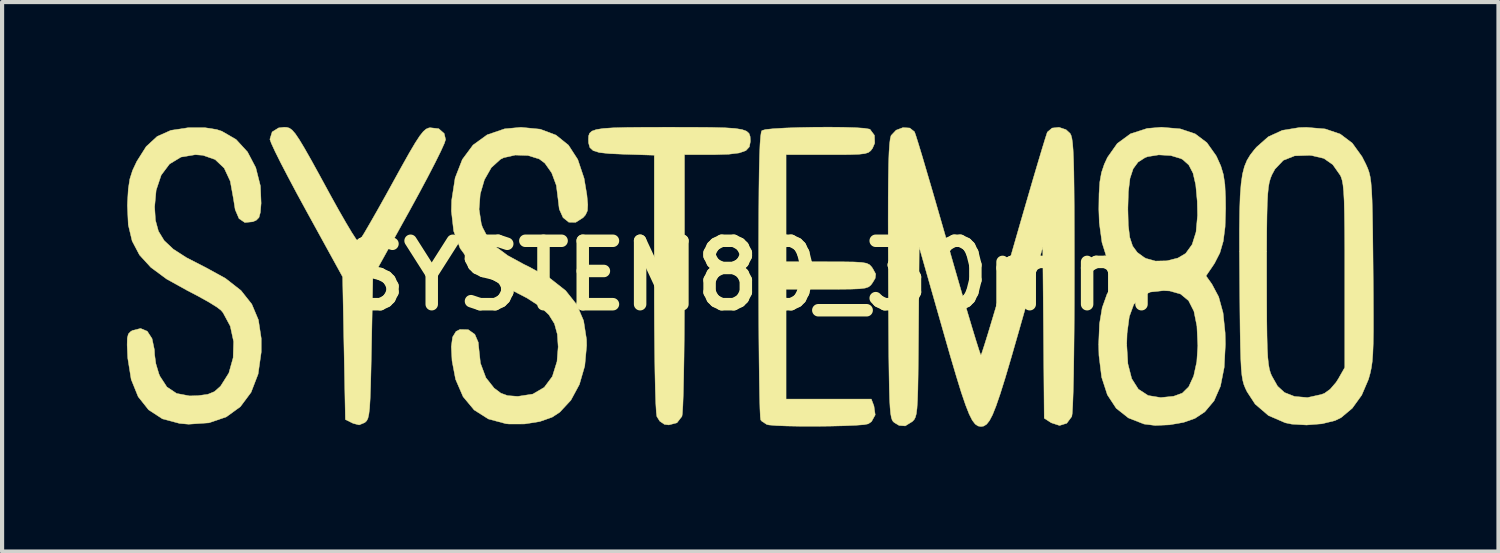
<source format=kicad_pcb>
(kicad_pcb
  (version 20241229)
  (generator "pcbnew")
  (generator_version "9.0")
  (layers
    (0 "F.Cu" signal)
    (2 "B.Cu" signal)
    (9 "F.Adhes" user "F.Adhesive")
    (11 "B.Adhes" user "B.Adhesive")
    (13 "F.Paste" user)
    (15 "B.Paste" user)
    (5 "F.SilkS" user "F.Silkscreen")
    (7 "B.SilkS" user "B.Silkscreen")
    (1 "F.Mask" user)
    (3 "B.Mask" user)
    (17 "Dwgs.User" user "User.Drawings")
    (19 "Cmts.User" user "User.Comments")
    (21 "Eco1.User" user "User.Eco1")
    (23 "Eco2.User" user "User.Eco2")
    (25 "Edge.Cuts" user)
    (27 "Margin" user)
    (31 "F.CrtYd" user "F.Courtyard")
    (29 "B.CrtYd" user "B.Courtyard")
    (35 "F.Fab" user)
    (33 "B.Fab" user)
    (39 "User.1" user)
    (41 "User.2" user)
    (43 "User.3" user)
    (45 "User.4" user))
  (footprint "SYSTEM80_30mm"
    (layer "F.Cu")
    (at 14.98 3.57)
    (property "Reference" "SYSTEM80_30mm" (at 0 0 0) (layer "F.SilkS") (effects (font (size 1.524 1.524) (thickness 0.3))))
    (attr through_hole)
    (fp_poly (pts (xy -1.389 -3.562) (xy -0.95 -3.559) (xy -0.615 -3.55) (xy -0.369 -3.534) (xy -0.2 -3.507) (xy -0.092 -3.468) (xy -0.032 -3.414) (xy -0.006 -3.342) (xy -0.000131 -3.25) (xy 0 -3.218) (xy -0.024 -3.091) (xy -0.107 -3.002) (xy -0.268 -2.945) (xy -0.522 -2.914) (xy -0.887 -2.903) (xy -0.961 -2.903) (xy -1.583 -2.903) (xy -1.583 0.161) (xy -1.585 0.804) (xy -1.588 1.406) (xy -1.594 1.952) (xy -1.602 2.43) (xy -1.611 2.825) (xy -1.622 3.126) (xy -1.634 3.318) (xy -1.644 3.384) (xy -1.764 3.539) (xy -1.959 3.59) (xy -2.065 3.577) (xy -2.177 3.5) (xy -2.247 3.388) (xy -2.26 3.287) (xy -2.273 3.066) (xy -2.284 2.737) (xy -2.293 2.313) (xy -2.3 1.806) (xy -2.306 1.226) (xy -2.309 0.588) (xy -2.309 0.166) (xy -2.309 -2.891) (xy -3.037 -2.914) (xy -3.388 -2.929) (xy -3.628 -2.955) (xy -3.777 -3.001) (xy -3.857 -3.075) (xy -3.888 -3.186) (xy -3.891 -3.269) (xy -3.887 -3.353) (xy -3.863 -3.419) (xy -3.806 -3.47) (xy -3.701 -3.507) (xy -3.535 -3.533) (xy -3.294 -3.549) (xy -2.963 -3.558) (xy -2.529 -3.562) (xy -1.978 -3.563) (xy -1.946 -3.563) (xy -1.389 -3.562)) (stroke (width 0.01) (type solid)) (fill yes) (layer "F.SilkS"))
    (fp_poly (pts (xy -11.136 -3.559) (xy -11.075 -3.541) (xy -11.011 -3.495) (xy -10.936 -3.409) (xy -10.841 -3.269) (xy -10.718 -3.065) (xy -10.557 -2.782) (xy -10.351 -2.408) (xy -10.091 -1.931) (xy -10.09 -1.929) (xy -9.897 -1.581) (xy -9.723 -1.278) (xy -9.579 -1.036) (xy -9.474 -0.874) (xy -9.419 -0.809) (xy -9.416 -0.809) (xy -9.371 -0.869) (xy -9.272 -1.029) (xy -9.13 -1.273) (xy -8.953 -1.583) (xy -8.751 -1.944) (xy -8.622 -2.178) (xy -8.383 -2.612) (xy -8.197 -2.943) (xy -8.054 -3.185) (xy -7.945 -3.352) (xy -7.86 -3.459) (xy -7.791 -3.519) (xy -7.727 -3.546) (xy -7.697 -3.551) (xy -7.488 -3.528) (xy -7.357 -3.413) (xy -7.323 -3.267) (xy -7.354 -3.173) (xy -7.442 -2.979) (xy -7.578 -2.704) (xy -7.754 -2.364) (xy -7.961 -1.976) (xy -8.191 -1.555) (xy -8.197 -1.544) (xy -9.071 0.033) (xy -9.104 1.74) (xy -9.115 2.26) (xy -9.125 2.664) (xy -9.136 2.967) (xy -9.149 3.185) (xy -9.167 3.334) (xy -9.189 3.43) (xy -9.218 3.489) (xy -9.256 3.526) (xy -9.27 3.536) (xy -9.4 3.59) (xy -9.542 3.554) (xy -9.567 3.542) (xy -9.731 3.46) (xy -9.797 0.033) (xy -10.671 -1.557) (xy -10.901 -1.979) (xy -11.108 -2.369) (xy -11.285 -2.709) (xy -11.422 -2.984) (xy -11.511 -3.178) (xy -11.545 -3.273) (xy -11.545 -3.275) (xy -11.491 -3.45) (xy -11.336 -3.547) (xy -11.203 -3.563) (xy -11.136 -3.559)) (stroke (width 0.01) (type solid)) (fill yes) (layer "F.SilkS"))
    (fp_poly (pts (xy 2.226 -3.562) (xy 2.52 -3.553) (xy 2.741 -3.538) (xy 2.864 -3.517) (xy 2.875 -3.512) (xy 2.982 -3.368) (xy 2.988 -3.18) (xy 2.936 -3.058) (xy 2.892 -2.999) (xy 2.836 -2.956) (xy 2.748 -2.929) (xy 2.604 -2.913) (xy 2.384 -2.905) (xy 2.066 -2.903) (xy 1.846 -2.903) (xy 0.858 -2.903) (xy 0.858 -0.33) (xy 1.846 -0.33) (xy 2.226 -0.329) (xy 2.496 -0.325) (xy 2.678 -0.314) (xy 2.793 -0.294) (xy 2.864 -0.259) (xy 2.912 -0.209) (xy 2.942 -0.165) (xy 3.012 -0.036) (xy 3 0.066) (xy 2.942 0.165) (xy 2.897 0.228) (xy 2.843 0.273) (xy 2.759 0.302) (xy 2.623 0.319) (xy 2.413 0.327) (xy 2.108 0.33) (xy 1.846 0.33) (xy 0.858 0.33) (xy 0.858 2.969) (xy 2.906 2.969) (xy 2.969 3.133) (xy 3 3.349) (xy 2.911 3.51) (xy 2.833 3.564) (xy 2.733 3.584) (xy 2.527 3.599) (xy 2.244 3.611) (xy 1.911 3.619) (xy 1.555 3.623) (xy 1.204 3.622) (xy 0.884 3.616) (xy 0.622 3.606) (xy 0.447 3.591) (xy 0.396 3.58) (xy 0.277 3.503) (xy 0.248 3.47) (xy 0.239 3.392) (xy 0.23 3.194) (xy 0.222 2.89) (xy 0.215 2.492) (xy 0.209 2.013) (xy 0.204 1.464) (xy 0.201 0.86) (xy 0.199 0.213) (xy 0.199 -0.003) (xy 0.199 -0.813) (xy 0.202 -1.498) (xy 0.206 -2.067) (xy 0.212 -2.528) (xy 0.221 -2.888) (xy 0.232 -3.157) (xy 0.246 -3.34) (xy 0.262 -3.448) (xy 0.277 -3.483) (xy 0.365 -3.508) (xy 0.559 -3.528) (xy 0.833 -3.544) (xy 1.163 -3.556) (xy 1.522 -3.563) (xy 1.885 -3.565) (xy 2.226 -3.562)) (stroke (width 0.01) (type solid)) (fill yes) (layer "F.SilkS"))
    (fp_poly (pts (xy -5.05 -3.516) (xy -4.671 -3.374) (xy -4.371 -3.133) (xy -4.147 -2.787) (xy -3.995 -2.334) (xy -3.928 -1.934) (xy -3.907 -1.701) (xy -3.915 -1.556) (xy -3.961 -1.457) (xy -4.019 -1.391) (xy -4.197 -1.277) (xy -4.364 -1.281) (xy -4.501 -1.392) (xy -4.592 -1.596) (xy -4.62 -1.831) (xy -4.662 -2.165) (xy -4.774 -2.467) (xy -4.938 -2.699) (xy -5.072 -2.8) (xy -5.343 -2.884) (xy -5.649 -2.894) (xy -5.927 -2.831) (xy -6.004 -2.793) (xy -6.224 -2.593) (xy -6.39 -2.302) (xy -6.491 -1.957) (xy -6.519 -1.592) (xy -6.465 -1.241) (xy -6.437 -1.158) (xy -6.307 -0.908) (xy -6.111 -0.687) (xy -5.829 -0.479) (xy -5.441 -0.268) (xy -5.324 -0.211) (xy -4.821 0.063) (xy -4.44 0.362) (xy -4.172 0.699) (xy -4.007 1.086) (xy -3.937 1.536) (xy -3.934 1.682) (xy -3.979 2.173) (xy -4.108 2.618) (xy -4.312 2.996) (xy -4.58 3.285) (xy -4.762 3.404) (xy -5.06 3.509) (xy -5.425 3.567) (xy -5.796 3.568) (xy -5.872 3.561) (xy -6.294 3.448) (xy -6.638 3.23) (xy -6.903 2.911) (xy -7.083 2.495) (xy -7.168 2.051) (xy -7.186 1.71) (xy -7.155 1.479) (xy -7.072 1.343) (xy -6.979 1.297) (xy -6.778 1.302) (xy -6.621 1.413) (xy -6.538 1.606) (xy -6.531 1.688) (xy -6.486 2.106) (xy -6.355 2.456) (xy -6.158 2.705) (xy -5.996 2.827) (xy -5.834 2.886) (xy -5.611 2.903) (xy -5.578 2.903) (xy -5.227 2.849) (xy -4.953 2.688) (xy -4.758 2.426) (xy -4.646 2.067) (xy -4.618 1.714) (xy -4.638 1.411) (xy -4.707 1.159) (xy -4.841 0.943) (xy -5.054 0.744) (xy -5.362 0.544) (xy -5.78 0.327) (xy -5.835 0.3) (xy -6.335 0.018) (xy -6.712 -0.296) (xy -6.974 -0.654) (xy -7.129 -1.068) (xy -7.184 -1.549) (xy -7.177 -1.809) (xy -7.094 -2.345) (xy -6.921 -2.788) (xy -6.664 -3.135) (xy -6.324 -3.381) (xy -5.906 -3.524) (xy -5.513 -3.561) (xy -5.05 -3.516)) (stroke (width 0.01) (type solid)) (fill yes) (layer "F.SilkS"))
    (fp_poly (pts (xy -12.825 -3.508) (xy -12.7 -3.467) (xy -12.358 -3.269) (xy -12.083 -2.97) (xy -11.884 -2.591) (xy -11.773 -2.152) (xy -11.756 -1.737) (xy -11.774 -1.518) (xy -11.807 -1.394) (xy -11.874 -1.327) (xy -11.956 -1.292) (xy -12.147 -1.273) (xy -12.287 -1.368) (xy -12.379 -1.583) (xy -12.42 -1.841) (xy -12.497 -2.266) (xy -12.643 -2.58) (xy -12.861 -2.787) (xy -13.154 -2.889) (xy -13.337 -2.903) (xy -13.681 -2.846) (xy -13.956 -2.68) (xy -14.157 -2.412) (xy -14.278 -2.05) (xy -14.315 -1.649) (xy -14.295 -1.329) (xy -14.223 -1.065) (xy -14.085 -0.839) (xy -13.866 -0.633) (xy -13.549 -0.429) (xy -13.121 -0.209) (xy -13.105 -0.202) (xy -12.612 0.069) (xy -12.24 0.36) (xy -11.98 0.688) (xy -11.821 1.066) (xy -11.753 1.511) (xy -11.753 1.84) (xy -11.828 2.368) (xy -11.997 2.807) (xy -12.254 3.152) (xy -12.593 3.398) (xy -13.009 3.54) (xy -13.497 3.573) (xy -13.715 3.554) (xy -14.127 3.444) (xy -14.459 3.228) (xy -14.71 2.912) (xy -14.878 2.497) (xy -14.96 1.987) (xy -14.963 1.936) (xy -14.975 1.668) (xy -14.971 1.501) (xy -14.945 1.404) (xy -14.892 1.348) (xy -14.85 1.322) (xy -14.652 1.272) (xy -14.492 1.339) (xy -14.377 1.515) (xy -14.32 1.786) (xy -14.315 1.901) (xy -14.285 2.119) (xy -14.213 2.36) (xy -14.188 2.42) (xy -14.019 2.679) (xy -13.786 2.834) (xy -13.475 2.893) (xy -13.272 2.887) (xy -13.037 2.855) (xy -12.878 2.79) (xy -12.742 2.67) (xy -12.726 2.653) (xy -12.531 2.343) (xy -12.428 1.976) (xy -12.416 1.589) (xy -12.497 1.216) (xy -12.67 0.895) (xy -12.719 0.836) (xy -12.822 0.757) (xy -13.014 0.638) (xy -13.269 0.496) (xy -13.526 0.362) (xy -14.026 0.085) (xy -14.405 -0.195) (xy -14.678 -0.493) (xy -14.855 -0.829) (xy -14.948 -1.219) (xy -14.969 -1.68) (xy -14.966 -1.764) (xy -14.947 -2.083) (xy -14.91 -2.32) (xy -14.845 -2.525) (xy -14.744 -2.74) (xy -14.518 -3.098) (xy -14.253 -3.342) (xy -13.925 -3.488) (xy -13.509 -3.551) (xy -13.483 -3.552) (xy -13.113 -3.553) (xy -12.825 -3.508)) (stroke (width 0.01) (type solid)) (fill yes) (layer "F.SilkS"))
    (fp_poly (pts (xy 13.812 -3.522) (xy 14.174 -3.399) (xy 14.463 -3.181) (xy 14.698 -2.855) (xy 14.791 -2.671) (xy 14.833 -2.577) (xy 14.866 -2.484) (xy 14.892 -2.376) (xy 14.912 -2.237) (xy 14.927 -2.053) (xy 14.939 -1.809) (xy 14.947 -1.489) (xy 14.954 -1.077) (xy 14.96 -0.559) (xy 14.964 -0.141) (xy 14.969 0.463) (xy 14.971 0.951) (xy 14.971 1.339) (xy 14.966 1.643) (xy 14.957 1.879) (xy 14.943 2.064) (xy 14.922 2.213) (xy 14.895 2.342) (xy 14.86 2.468) (xy 14.851 2.498) (xy 14.69 2.874) (xy 14.463 3.189) (xy 14.194 3.415) (xy 14.048 3.486) (xy 13.733 3.563) (xy 13.364 3.592) (xy 13.009 3.571) (xy 12.853 3.539) (xy 12.448 3.364) (xy 12.129 3.09) (xy 11.934 2.791) (xy 11.892 2.704) (xy 11.858 2.619) (xy 11.832 2.522) (xy 11.811 2.397) (xy 11.795 2.23) (xy 11.784 2.007) (xy 11.775 1.713) (xy 11.768 1.333) (xy 11.763 0.853) (xy 11.758 0.257) (xy 11.757 0.142) (xy 11.756 0) (xy 12.406 0) (xy 12.407 0.597) (xy 12.409 1.077) (xy 12.414 1.455) (xy 12.421 1.746) (xy 12.433 1.966) (xy 12.45 2.128) (xy 12.471 2.249) (xy 12.499 2.344) (xy 12.526 2.408) (xy 12.668 2.659) (xy 12.835 2.812) (xy 13.065 2.902) (xy 13.08 2.906) (xy 13.386 2.933) (xy 13.716 2.86) (xy 13.795 2.831) (xy 13.931 2.733) (xy 14.074 2.567) (xy 14.125 2.487) (xy 14.283 2.21) (xy 14.283 0) (xy 14.283 -0.61) (xy 14.28 -1.102) (xy 14.275 -1.491) (xy 14.268 -1.79) (xy 14.256 -2.013) (xy 14.24 -2.175) (xy 14.219 -2.289) (xy 14.193 -2.37) (xy 14.175 -2.408) (xy 13.995 -2.664) (xy 13.78 -2.814) (xy 13.488 -2.883) (xy 13.435 -2.888) (xy 13.079 -2.876) (xy 12.806 -2.768) (xy 12.605 -2.556) (xy 12.531 -2.42) (xy 12.497 -2.335) (xy 12.469 -2.238) (xy 12.448 -2.115) (xy 12.432 -1.95) (xy 12.42 -1.729) (xy 12.413 -1.435) (xy 12.408 -1.054) (xy 12.406 -0.571) (xy 12.406 0) (xy 11.756 0) (xy 11.752 -0.535) (xy 11.751 -1.095) (xy 11.757 -1.551) (xy 11.769 -1.917) (xy 11.792 -2.208) (xy 11.825 -2.437) (xy 11.872 -2.619) (xy 11.933 -2.767) (xy 12.011 -2.896) (xy 12.107 -3.02) (xy 12.162 -3.084) (xy 12.445 -3.334) (xy 12.781 -3.488) (xy 13.192 -3.555) (xy 13.36 -3.56) (xy 13.812 -3.522)) (stroke (width 0.01) (type solid)) (fill yes) (layer "F.SilkS"))
    (fp_poly (pts (xy 10.329 -3.524) (xy 10.688 -3.404) (xy 10.969 -3.192) (xy 11.19 -2.881) (xy 11.212 -2.837) (xy 11.305 -2.63) (xy 11.366 -2.426) (xy 11.402 -2.188) (xy 11.417 -1.879) (xy 11.42 -1.611) (xy 11.407 -1.169) (xy 11.363 -0.824) (xy 11.282 -0.544) (xy 11.155 -0.296) (xy 11.115 -0.235) (xy 10.949 0.009) (xy 11.09 0.207) (xy 11.253 0.513) (xy 11.358 0.897) (xy 11.408 1.377) (xy 11.414 1.649) (xy 11.385 2.209) (xy 11.296 2.659) (xy 11.142 3.011) (xy 10.92 3.275) (xy 10.683 3.433) (xy 10.41 3.529) (xy 10.071 3.588) (xy 9.729 3.603) (xy 9.458 3.569) (xy 9.083 3.422) (xy 8.79 3.19) (xy 8.578 2.866) (xy 8.441 2.445) (xy 8.376 1.919) (xy 8.369 1.652) (xy 9.043 1.652) (xy 9.071 2.121) (xy 9.163 2.479) (xy 9.323 2.731) (xy 9.551 2.879) (xy 9.566 2.885) (xy 9.859 2.933) (xy 10.172 2.901) (xy 10.379 2.826) (xy 10.533 2.674) (xy 10.652 2.415) (xy 10.727 2.07) (xy 10.752 1.69) (xy 10.73 1.217) (xy 10.658 0.858) (xy 10.529 0.604) (xy 10.337 0.445) (xy 10.076 0.371) (xy 9.929 0.363) (xy 9.615 0.396) (xy 9.379 0.504) (xy 9.211 0.698) (xy 9.105 0.989) (xy 9.052 1.387) (xy 9.043 1.652) (xy 8.369 1.652) (xy 8.369 1.649) (xy 8.389 1.163) (xy 8.454 0.773) (xy 8.57 0.448) (xy 8.685 0.241) (xy 8.783 0.081) (xy 8.81 -0.016) (xy 8.775 -0.093) (xy 8.743 -0.13) (xy 8.57 -0.408) (xy 8.449 -0.793) (xy 8.384 -1.271) (xy 8.373 -1.583) (xy 8.373 -1.605) (xy 9.071 -1.605) (xy 9.081 -1.208) (xy 9.116 -0.917) (xy 9.185 -0.708) (xy 9.297 -0.555) (xy 9.461 -0.435) (xy 9.507 -0.41) (xy 9.733 -0.347) (xy 10.008 -0.353) (xy 10.273 -0.42) (xy 10.46 -0.531) (xy 10.615 -0.745) (xy 10.709 -1.045) (xy 10.745 -1.446) (xy 10.738 -1.781) (xy 10.702 -2.175) (xy 10.637 -2.459) (xy 10.535 -2.656) (xy 10.388 -2.787) (xy 10.348 -2.809) (xy 10.104 -2.882) (xy 9.813 -2.899) (xy 9.545 -2.856) (xy 9.481 -2.831) (xy 9.315 -2.724) (xy 9.198 -2.565) (xy 9.122 -2.335) (xy 9.083 -2.013) (xy 9.071 -1.605) (xy 8.373 -1.605) (xy 8.378 -1.964) (xy 8.397 -2.25) (xy 8.437 -2.474) (xy 8.504 -2.673) (xy 8.58 -2.837) (xy 8.816 -3.172) (xy 9.134 -3.405) (xy 9.534 -3.534) (xy 9.878 -3.563) (xy 10.329 -3.524)) (stroke (width 0.01) (type solid)) (fill yes) (layer "F.SilkS"))
    (fp_poly (pts (xy 7.584 -3.505) (xy 7.682 -3.416) (xy 7.706 -3.369) (xy 7.726 -3.294) (xy 7.742 -3.18) (xy 7.755 -3.017) (xy 7.765 -2.792) (xy 7.773 -2.496) (xy 7.778 -2.116) (xy 7.782 -1.643) (xy 7.784 -1.064) (xy 7.785 -0.37) (xy 7.785 -0.023) (xy 7.784 0.672) (xy 7.78 1.313) (xy 7.774 1.889) (xy 7.767 2.389) (xy 7.757 2.8) (xy 7.746 3.112) (xy 7.734 3.313) (xy 7.723 3.388) (xy 7.603 3.55) (xy 7.429 3.604) (xy 7.23 3.539) (xy 7.222 3.534) (xy 7.061 3.429) (xy 7.044 1.373) (xy 7.026 -0.683) (xy 6.441 1.371) (xy 6.268 1.973) (xy 6.124 2.46) (xy 6.004 2.843) (xy 5.904 3.134) (xy 5.82 3.345) (xy 5.745 3.488) (xy 5.676 3.575) (xy 5.607 3.618) (xy 5.542 3.629) (xy 5.47 3.616) (xy 5.402 3.57) (xy 5.332 3.478) (xy 5.257 3.329) (xy 5.171 3.111) (xy 5.069 2.812) (xy 4.948 2.42) (xy 4.801 1.923) (xy 4.643 1.371) (xy 4.057 -0.683) (xy 4.041 1.357) (xy 4.036 1.93) (xy 4.031 2.385) (xy 4.025 2.737) (xy 4.016 3.001) (xy 4.004 3.191) (xy 3.988 3.321) (xy 3.965 3.406) (xy 3.937 3.461) (xy 3.901 3.5) (xy 3.885 3.513) (xy 3.721 3.614) (xy 3.574 3.603) (xy 3.46 3.535) (xy 3.431 3.51) (xy 3.407 3.472) (xy 3.387 3.41) (xy 3.37 3.314) (xy 3.357 3.173) (xy 3.346 2.975) (xy 3.338 2.709) (xy 3.332 2.365) (xy 3.326 1.931) (xy 3.322 1.396) (xy 3.318 0.749) (xy 3.315 0.121) (xy 3.312 -0.668) (xy 3.311 -1.334) (xy 3.312 -1.887) (xy 3.316 -2.337) (xy 3.322 -2.692) (xy 3.332 -2.963) (xy 3.345 -3.158) (xy 3.361 -3.287) (xy 3.38 -3.36) (xy 3.382 -3.365) (xy 3.502 -3.492) (xy 3.667 -3.554) (xy 3.83 -3.544) (xy 3.943 -3.455) (xy 3.945 -3.451) (xy 3.976 -3.363) (xy 4.039 -3.163) (xy 4.13 -2.863) (xy 4.243 -2.479) (xy 4.377 -2.024) (xy 4.525 -1.512) (xy 4.685 -0.957) (xy 4.756 -0.709) (xy 4.917 -0.146) (xy 5.068 0.376) (xy 5.205 0.843) (xy 5.324 1.242) (xy 5.421 1.56) (xy 5.492 1.784) (xy 5.532 1.9) (xy 5.54 1.913) (xy 5.565 1.852) (xy 5.622 1.677) (xy 5.708 1.401) (xy 5.817 1.039) (xy 5.947 0.602) (xy 6.092 0.104) (xy 6.25 -0.441) (xy 6.327 -0.709) (xy 6.491 -1.278) (xy 6.645 -1.809) (xy 6.785 -2.29) (xy 6.908 -2.706) (xy 7.009 -3.043) (xy 7.084 -3.287) (xy 7.128 -3.424) (xy 7.137 -3.447) (xy 7.25 -3.543) (xy 7.416 -3.561) (xy 7.584 -3.505)) (stroke (width 0.01) (type solid)) (fill yes) (layer "F.SilkS")))
  (gr_rect
    (start -3 -3)
    (end 32.956 10.203)
    (stroke (width 0.1) (type default))
    (fill no)
    (layer "Edge.Cuts")))
</source>
